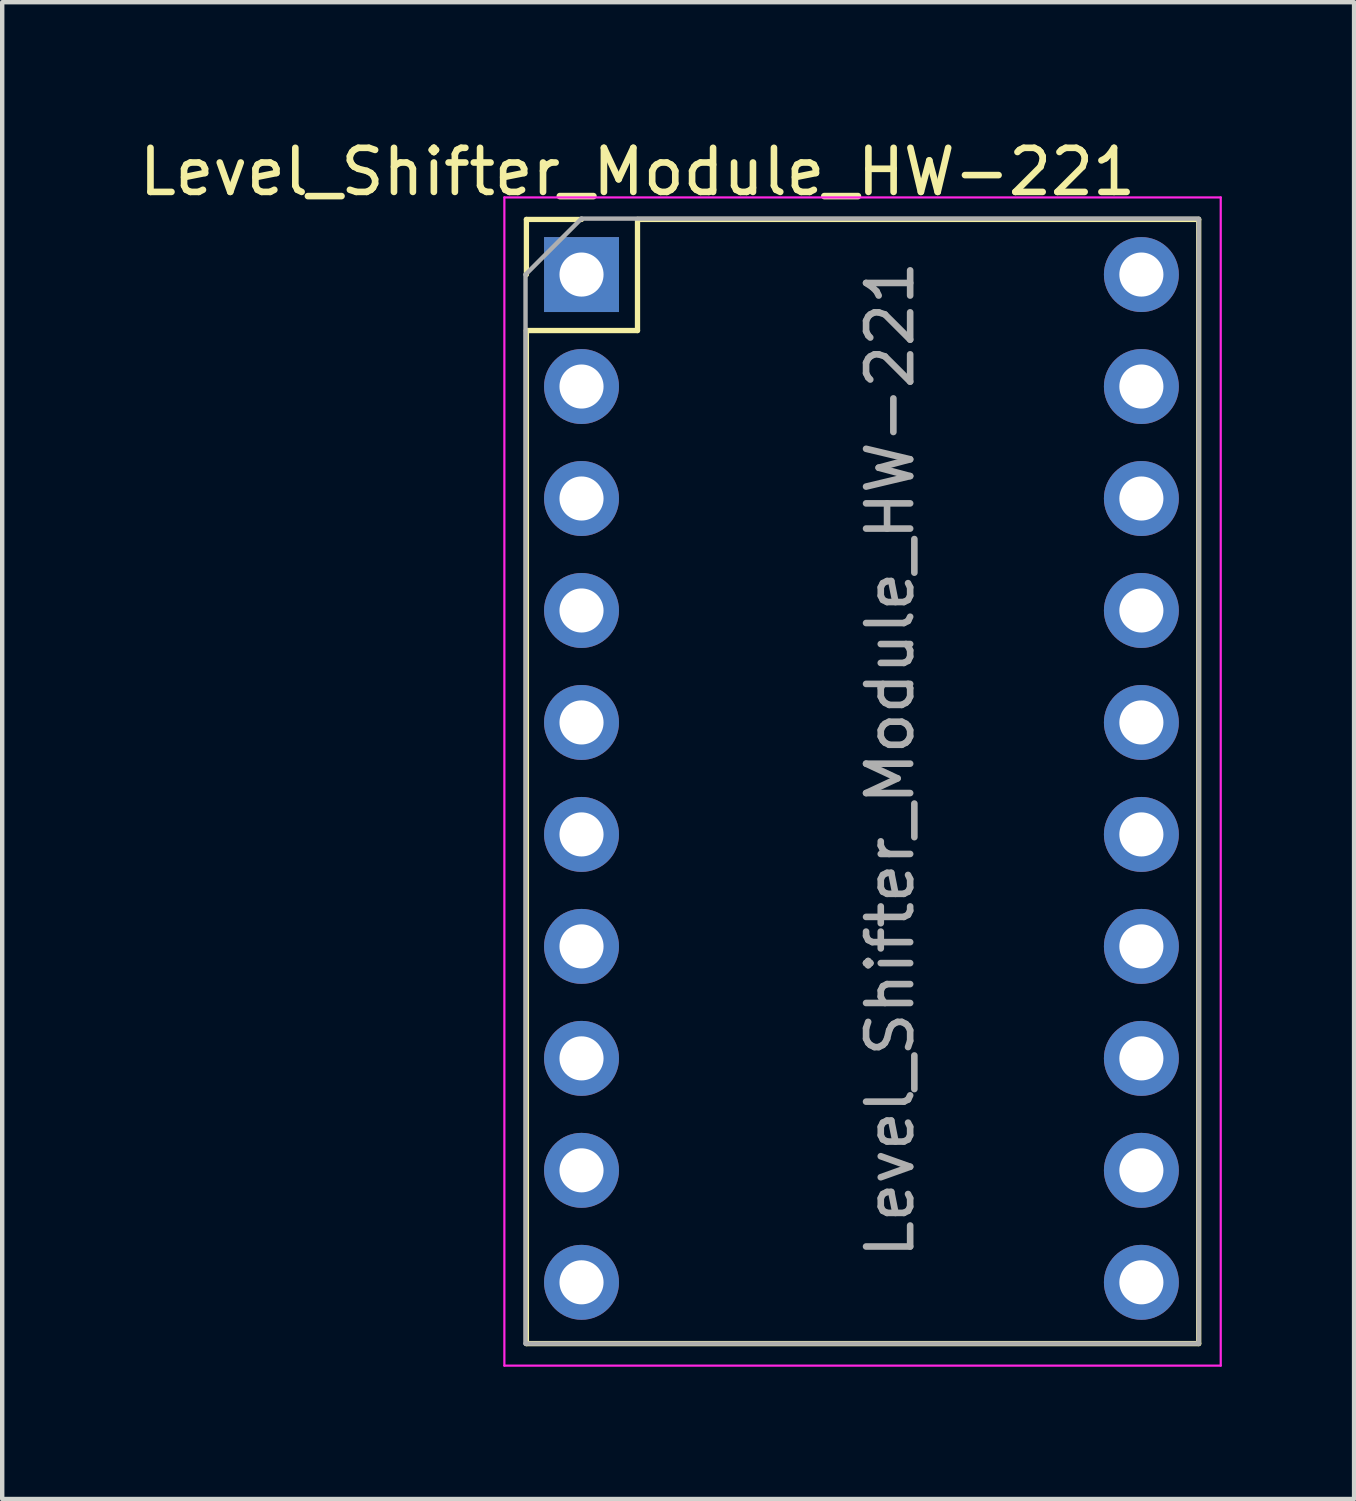
<source format=kicad_pcb>
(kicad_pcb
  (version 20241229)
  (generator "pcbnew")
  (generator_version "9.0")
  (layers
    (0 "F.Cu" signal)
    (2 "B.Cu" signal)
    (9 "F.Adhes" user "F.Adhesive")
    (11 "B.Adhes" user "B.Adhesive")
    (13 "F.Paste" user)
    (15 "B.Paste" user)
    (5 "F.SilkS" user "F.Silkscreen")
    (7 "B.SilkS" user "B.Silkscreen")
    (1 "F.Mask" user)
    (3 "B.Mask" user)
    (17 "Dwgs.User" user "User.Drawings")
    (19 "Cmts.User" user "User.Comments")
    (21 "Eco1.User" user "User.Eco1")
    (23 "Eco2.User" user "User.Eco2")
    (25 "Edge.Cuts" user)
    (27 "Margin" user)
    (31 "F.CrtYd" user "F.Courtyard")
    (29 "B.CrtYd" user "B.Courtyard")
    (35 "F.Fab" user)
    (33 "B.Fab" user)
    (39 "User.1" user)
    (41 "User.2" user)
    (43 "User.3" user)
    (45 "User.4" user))
  (footprint "Level_Shifter_Module_HW-221"
    (layer "F.Cu")
    (at 10.141 3.178)
    (property "Reference" "Level_Shifter_Module_HW-221" (at 1.27 -2.33 0) (layer "F.SilkS") (effects (font (size 1 1) (thickness 0.15))))
    (attr through_hole)
    (fp_line (start -1.25 -1.25) (end 0 -1.25) (stroke (width 0.12) (type solid)) (layer "F.SilkS"))
    (fp_line (start -1.25 0) (end -1.25 -1.25) (stroke (width 0.12) (type solid)) (layer "F.SilkS"))
    (fp_line (start -1.25 1.27) (end -1.25 24.25) (stroke (width 0.12) (type solid)) (layer "F.SilkS"))
    (fp_line (start -1.25 1.27) (end 1.27 1.27) (stroke (width 0.12) (type solid)) (layer "F.SilkS"))
    (fp_line (start -1.25 24.25) (end 14 24.25) (stroke (width 0.12) (type solid)) (layer "F.SilkS"))
    (fp_line (start 1.27 -1.25) (end 14 -1.25) (stroke (width 0.12) (type solid)) (layer "F.SilkS"))
    (fp_line (start 1.27 1.27) (end 1.27 -1.25) (stroke (width 0.12) (type solid)) (layer "F.SilkS"))
    (fp_line (start 14 -1.25) (end 14 24.25) (stroke (width 0.12) (type solid)) (layer "F.SilkS"))
    (fp_line (start -1.75 -1.75) (end -1.75 24.75) (stroke (width 0.05) (type solid)) (layer "F.CrtYd"))
    (fp_line (start -1.75 24.75) (end 14.5 24.75) (stroke (width 0.05) (type solid)) (layer "F.CrtYd"))
    (fp_line (start 14.5 -1.75) (end -1.75 -1.75) (stroke (width 0.05) (type solid)) (layer "F.CrtYd"))
    (fp_line (start 14.5 24.75) (end 14.5 -1.75) (stroke (width 0.05) (type solid)) (layer "F.CrtYd"))
    (fp_line (start -1.27 0) (end 0 -1.27) (stroke (width 0.1) (type solid)) (layer "F.Fab"))
    (fp_line (start -1.27 24.25) (end -1.27 0) (stroke (width 0.1) (type solid)) (layer "F.Fab"))
    (fp_line (start 0 -1.27) (end 14 -1.27) (stroke (width 0.1) (type solid)) (layer "F.Fab"))
    (fp_line (start 14 -1.25) (end 14 24.25) (stroke (width 0.1) (type solid)) (layer "F.Fab"))
    (fp_line (start 14 24.25) (end -1.27 24.25) (stroke (width 0.1) (type solid)) (layer "F.Fab"))
    (fp_text user "${REFERENCE}" (at 7 11 90) (layer "F.Fab") (effects (font (size 1 1) (thickness 0.15))))
    (pad "1" thru_hole rect (at 0 0) (size 1.7 1.7) (drill 1) (layers "*.Cu" "*.Mask"))
    (pad "2" thru_hole oval (at 0 2.54) (size 1.7 1.7) (drill 1) (layers "*.Cu" "*.Mask"))
    (pad "3" thru_hole oval (at 0 5.08) (size 1.7 1.7) (drill 1) (layers "*.Cu" "*.Mask"))
    (pad "4" thru_hole oval (at 0 7.62) (size 1.7 1.7) (drill 1) (layers "*.Cu" "*.Mask"))
    (pad "5" thru_hole oval (at 0 10.16) (size 1.7 1.7) (drill 1) (layers "*.Cu" "*.Mask"))
    (pad "6" thru_hole oval (at 0 12.7) (size 1.7 1.7) (drill 1) (layers "*.Cu" "*.Mask"))
    (pad "7" thru_hole oval (at 0 15.24) (size 1.7 1.7) (drill 1) (layers "*.Cu" "*.Mask"))
    (pad "8" thru_hole oval (at 0 17.78) (size 1.7 1.7) (drill 1) (layers "*.Cu" "*.Mask"))
    (pad "9" thru_hole oval (at 0 20.32) (size 1.7 1.7) (drill 1) (layers "*.Cu" "*.Mask"))
    (pad "10" thru_hole oval (at 0 22.86) (size 1.7 1.7) (drill 1) (layers "*.Cu" "*.Mask"))
    (pad "11" thru_hole oval (at 12.7 22.86) (size 1.7 1.7) (drill 1) (layers "*.Cu" "*.Mask"))
    (pad "12" thru_hole oval (at 12.7 20.32) (size 1.7 1.7) (drill 1) (layers "*.Cu" "*.Mask"))
    (pad "13" thru_hole oval (at 12.7 17.78) (size 1.7 1.7) (drill 1) (layers "*.Cu" "*.Mask"))
    (pad "14" thru_hole oval (at 12.7 15.24) (size 1.7 1.7) (drill 1) (layers "*.Cu" "*.Mask"))
    (pad "15" thru_hole oval (at 12.7 12.7) (size 1.7 1.7) (drill 1) (layers "*.Cu" "*.Mask"))
    (pad "16" thru_hole oval (at 12.7 10.16) (size 1.7 1.7) (drill 1) (layers "*.Cu" "*.Mask"))
    (pad "17" thru_hole oval (at 12.7 7.62) (size 1.7 1.7) (drill 1) (layers "*.Cu" "*.Mask"))
    (pad "18" thru_hole oval (at 12.7 5.08) (size 1.7 1.7) (drill 1) (layers "*.Cu" "*.Mask"))
    (pad "19" thru_hole oval (at 12.7 2.54) (size 1.7 1.7) (drill 1) (layers "*.Cu" "*.Mask"))
    (pad "20" thru_hole oval (at 12.7 0) (size 1.7 1.7) (drill 1) (layers "*.Cu" "*.Mask")))
  (gr_rect
    (start -3 -3)
    (end 27.666 30.953)
    (stroke (width 0.1) (type default))
    (fill no)
    (layer "Edge.Cuts")))
</source>
